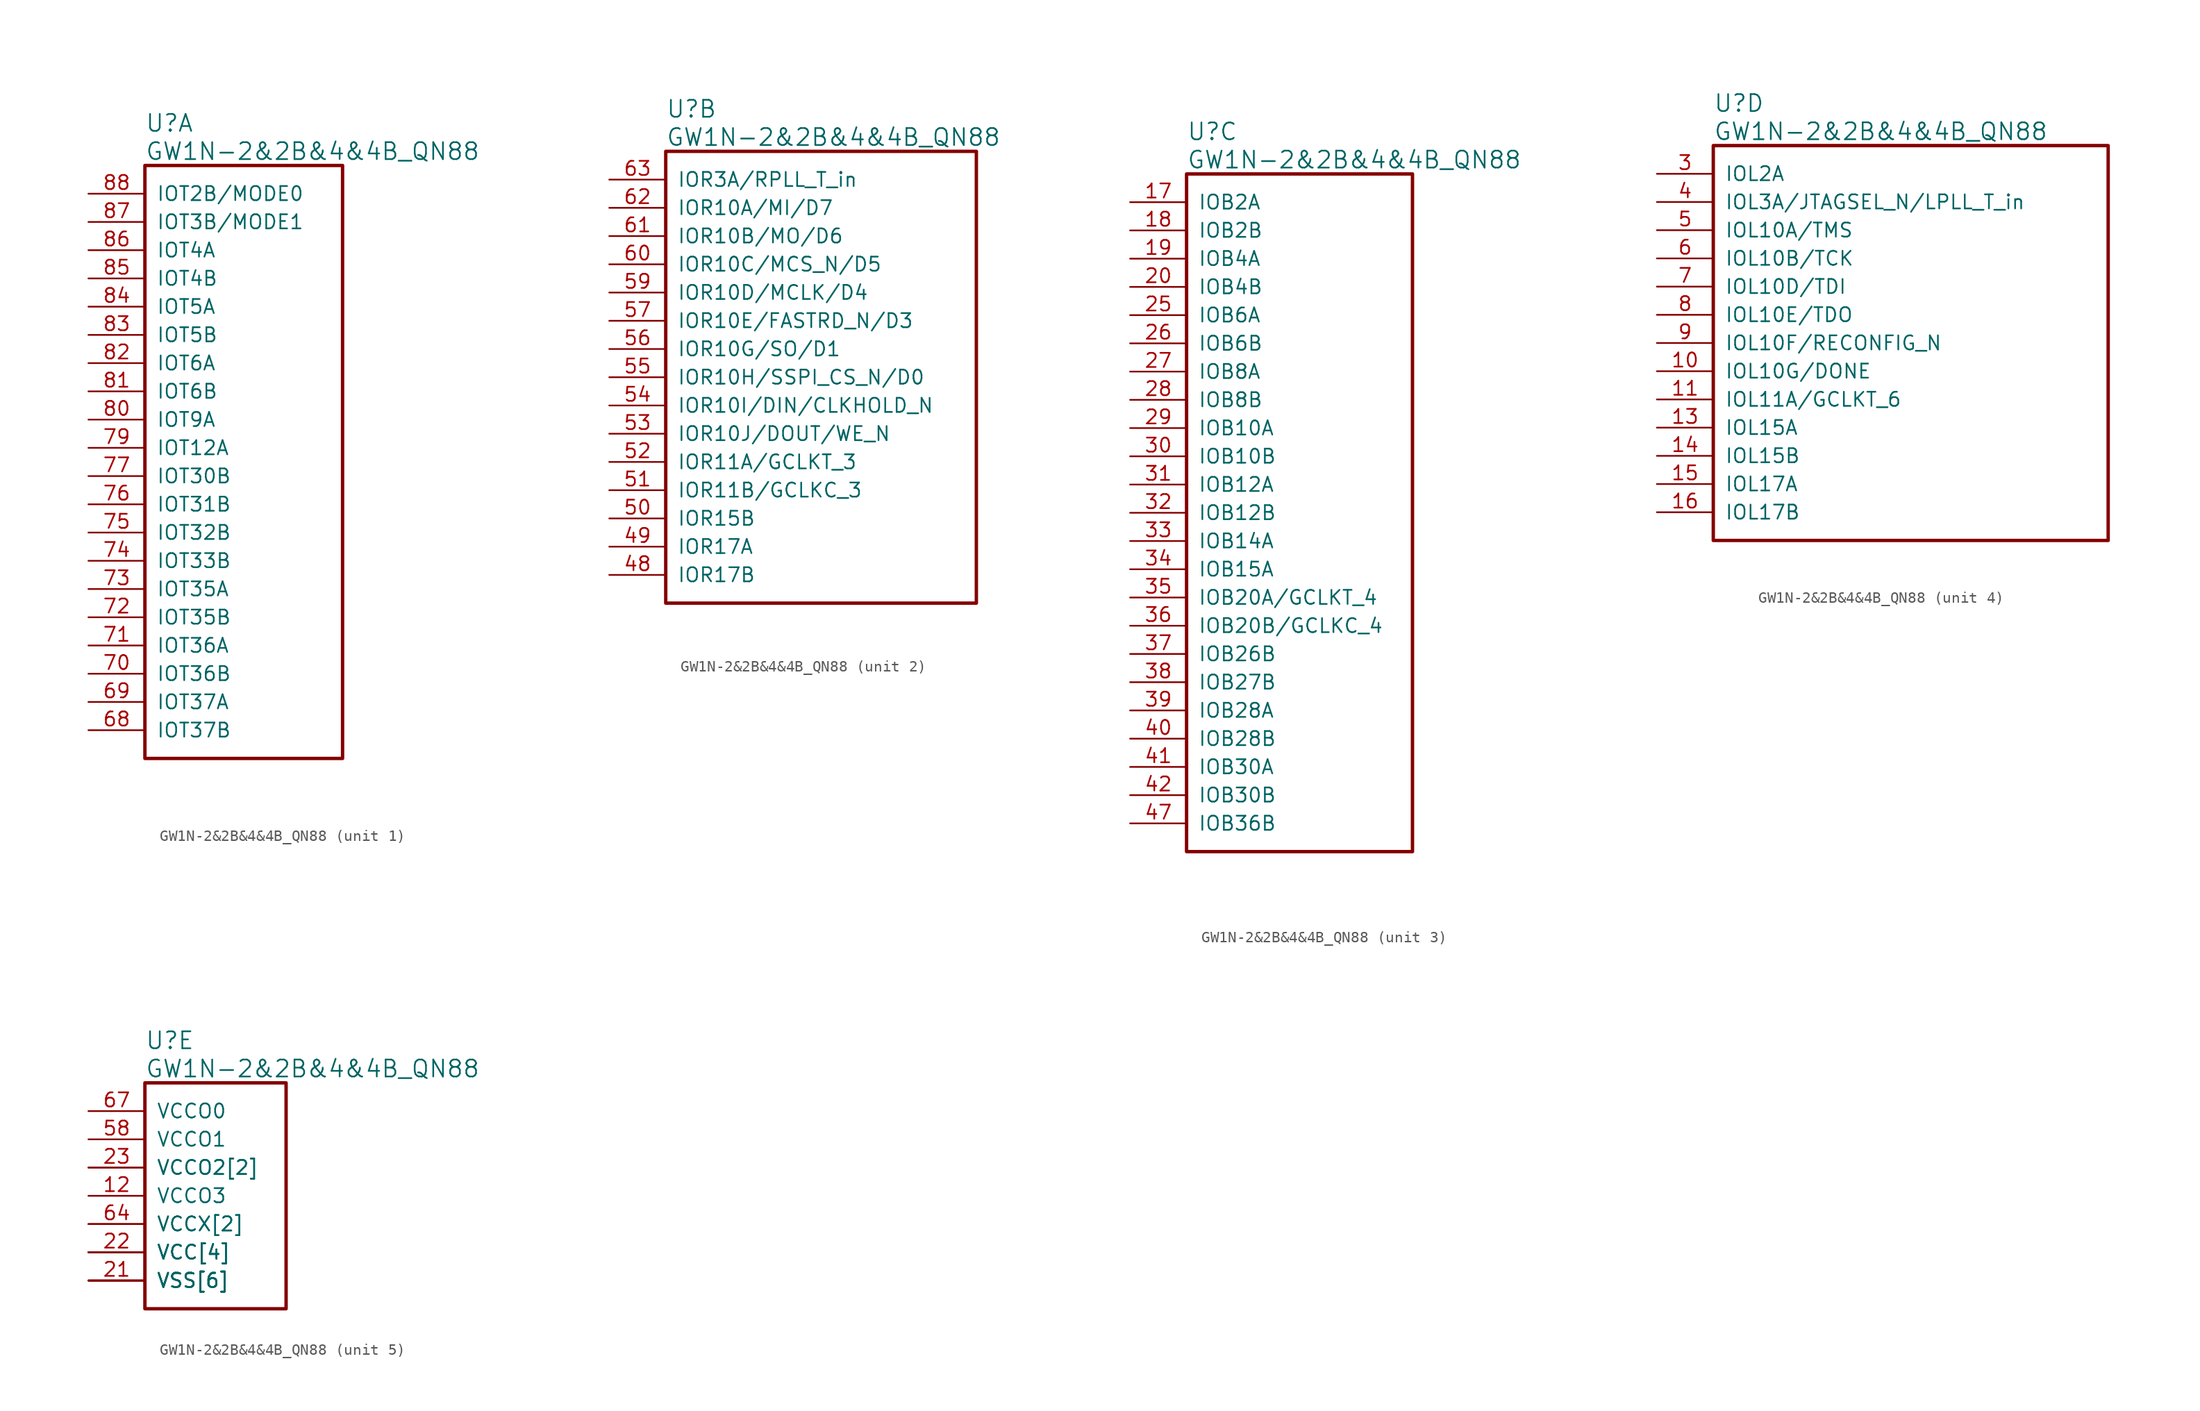
<source format=kicad_sym>
(kicad_symbol_lib
  (version 20220914)
  (generator kicad_symbol_editor)
  (symbol "GW1N-2&2B&4&4B_QN88"
    (pin_names
      (offset 1.016))
    (property "Reference" "U"
      (at 5.08 6.35 0)
      (effects (font (size 1.524 1.524)) (justify left)))
    (property "Value" "GW1N-2&2B&4&4B_QN88"
      (at 5.08 3.81 0)
      (effects (font (size 1.524 1.524)) (justify left)))
    (property "ki_locked" ""
      (at 0 0 0)
      (effects (font (size 1.27 1.27))))
    (symbol "GW1N-2&2B&4&4B_QN88_1_1"
      (rectangle (start 5.08 2.54) (end 22.86 -50.8) (stroke (width 0.305) (type solid)) (fill (type none)))
      (pin bidirectional line (at 0 -48.26 0) (length 5.08) (name "IOT37B" (effects (font (size 1.27 1.27)))) (number "68" (effects (font (size 1.27 1.27)))))
      (pin bidirectional line (at 0 -45.72 0) (length 5.08) (name "IOT37A" (effects (font (size 1.27 1.27)))) (number "69" (effects (font (size 1.27 1.27)))))
      (pin bidirectional line (at 0 -43.18 0) (length 5.08) (name "IOT36B" (effects (font (size 1.27 1.27)))) (number "70" (effects (font (size 1.27 1.27)))))
      (pin bidirectional line (at 0 -40.64 0) (length 5.08) (name "IOT36A" (effects (font (size 1.27 1.27)))) (number "71" (effects (font (size 1.27 1.27)))))
      (pin bidirectional line (at 0 -38.1 0) (length 5.08) (name "IOT35B" (effects (font (size 1.27 1.27)))) (number "72" (effects (font (size 1.27 1.27)))))
      (pin bidirectional line (at 0 -35.56 0) (length 5.08) (name "IOT35A" (effects (font (size 1.27 1.27)))) (number "73" (effects (font (size 1.27 1.27)))))
      (pin bidirectional line (at 0 -33.02 0) (length 5.08) (name "IOT33B" (effects (font (size 1.27 1.27)))) (number "74" (effects (font (size 1.27 1.27)))))
      (pin bidirectional line (at 0 -30.48 0) (length 5.08) (name "IOT32B" (effects (font (size 1.27 1.27)))) (number "75" (effects (font (size 1.27 1.27)))))
      (pin bidirectional line (at 0 -27.94 0) (length 5.08) (name "IOT31B" (effects (font (size 1.27 1.27)))) (number "76" (effects (font (size 1.27 1.27)))))
      (pin bidirectional line (at 0 -25.4 0) (length 5.08) (name "IOT30B" (effects (font (size 1.27 1.27)))) (number "77" (effects (font (size 1.27 1.27)))))
      (pin bidirectional line (at 0 -22.86 0) (length 5.08) (name "IOT12A" (effects (font (size 1.27 1.27)))) (number "79" (effects (font (size 1.27 1.27)))))
      (pin bidirectional line (at 0 -20.32 0) (length 5.08) (name "IOT9A" (effects (font (size 1.27 1.27)))) (number "80" (effects (font (size 1.27 1.27)))))
      (pin bidirectional line (at 0 -17.78 0) (length 5.08) (name "IOT6B" (effects (font (size 1.27 1.27)))) (number "81" (effects (font (size 1.27 1.27)))))
      (pin bidirectional line (at 0 -15.24 0) (length 5.08) (name "IOT6A" (effects (font (size 1.27 1.27)))) (number "82" (effects (font (size 1.27 1.27)))))
      (pin bidirectional line (at 0 -12.7 0) (length 5.08) (name "IOT5B" (effects (font (size 1.27 1.27)))) (number "83" (effects (font (size 1.27 1.27)))))
      (pin bidirectional line (at 0 -10.16 0) (length 5.08) (name "IOT5A" (effects (font (size 1.27 1.27)))) (number "84" (effects (font (size 1.27 1.27)))))
      (pin bidirectional line (at 0 -7.62 0) (length 5.08) (name "IOT4B" (effects (font (size 1.27 1.27)))) (number "85" (effects (font (size 1.27 1.27)))))
      (pin bidirectional line (at 0 -5.08 0) (length 5.08) (name "IOT4A" (effects (font (size 1.27 1.27)))) (number "86" (effects (font (size 1.27 1.27)))))
      (pin bidirectional line (at 0 -2.54 0) (length 5.08) (name "IOT3B/MODE1" (effects (font (size 1.27 1.27)))) (number "87" (effects (font (size 1.27 1.27)))))
      (pin bidirectional line (at 0 0 0) (length 5.08) (name "IOT2B/MODE0" (effects (font (size 1.27 1.27)))) (number "88" (effects (font (size 1.27 1.27))))))
    (symbol "GW1N-2&2B&4&4B_QN88_2_1"
      (rectangle (start 5.08 2.54) (end 33.02 -38.1) (stroke (width 0.305) (type solid)) (fill (type none)))
      (pin bidirectional line (at 0 -35.56 0) (length 5.08) (name "IOR17B" (effects (font (size 1.27 1.27)))) (number "48" (effects (font (size 1.27 1.27)))))
      (pin bidirectional line (at 0 -33.02 0) (length 5.08) (name "IOR17A" (effects (font (size 1.27 1.27)))) (number "49" (effects (font (size 1.27 1.27)))))
      (pin bidirectional line (at 0 -30.48 0) (length 5.08) (name "IOR15B" (effects (font (size 1.27 1.27)))) (number "50" (effects (font (size 1.27 1.27)))))
      (pin bidirectional line (at 0 -27.94 0) (length 5.08) (name "IOR11B/GCLKC_3" (effects (font (size 1.27 1.27)))) (number "51" (effects (font (size 1.27 1.27)))))
      (pin bidirectional line (at 0 -25.4 0) (length 5.08) (name "IOR11A/GCLKT_3" (effects (font (size 1.27 1.27)))) (number "52" (effects (font (size 1.27 1.27)))))
      (pin bidirectional line (at 0 -22.86 0) (length 5.08) (name "IOR10J/DOUT/WE_N" (effects (font (size 1.27 1.27)))) (number "53" (effects (font (size 1.27 1.27)))))
      (pin bidirectional line (at 0 -20.32 0) (length 5.08) (name "IOR10I/DIN/CLKHOLD_N" (effects (font (size 1.27 1.27)))) (number "54" (effects (font (size 1.27 1.27)))))
      (pin bidirectional line (at 0 -17.78 0) (length 5.08) (name "IOR10H/SSPI_CS_N/D0" (effects (font (size 1.27 1.27)))) (number "55" (effects (font (size 1.27 1.27)))))
      (pin bidirectional line (at 0 -15.24 0) (length 5.08) (name "IOR10G/SO/D1" (effects (font (size 1.27 1.27)))) (number "56" (effects (font (size 1.27 1.27)))))
      (pin bidirectional line (at 0 -12.7 0) (length 5.08) (name "IOR10E/FASTRD_N/D3" (effects (font (size 1.27 1.27)))) (number "57" (effects (font (size 1.27 1.27)))))
      (pin bidirectional line (at 0 -10.16 0) (length 5.08) (name "IOR10D/MCLK/D4" (effects (font (size 1.27 1.27)))) (number "59" (effects (font (size 1.27 1.27)))))
      (pin bidirectional line (at 0 -7.62 0) (length 5.08) (name "IOR10C/MCS_N/D5" (effects (font (size 1.27 1.27)))) (number "60" (effects (font (size 1.27 1.27)))))
      (pin bidirectional line (at 0 -5.08 0) (length 5.08) (name "IOR10B/MO/D6" (effects (font (size 1.27 1.27)))) (number "61" (effects (font (size 1.27 1.27)))))
      (pin bidirectional line (at 0 -2.54 0) (length 5.08) (name "IOR10A/MI/D7" (effects (font (size 1.27 1.27)))) (number "62" (effects (font (size 1.27 1.27)))))
      (pin bidirectional line (at 0 0 0) (length 5.08) (name "IOR3A/RPLL_T_in" (effects (font (size 1.27 1.27)))) (number "63" (effects (font (size 1.27 1.27))))))
    (symbol "GW1N-2&2B&4&4B_QN88_3_1"
      (rectangle (start 5.08 2.54) (end 25.4 -58.42) (stroke (width 0.305) (type solid)) (fill (type none)))
      (pin bidirectional line (at 0 0 0) (length 5.08) (name "IOB2A" (effects (font (size 1.27 1.27)))) (number "17" (effects (font (size 1.27 1.27)))))
      (pin bidirectional line (at 0 -2.54 0) (length 5.08) (name "IOB2B" (effects (font (size 1.27 1.27)))) (number "18" (effects (font (size 1.27 1.27)))))
      (pin bidirectional line (at 0 -5.08 0) (length 5.08) (name "IOB4A" (effects (font (size 1.27 1.27)))) (number "19" (effects (font (size 1.27 1.27)))))
      (pin bidirectional line (at 0 -7.62 0) (length 5.08) (name "IOB4B" (effects (font (size 1.27 1.27)))) (number "20" (effects (font (size 1.27 1.27)))))
      (pin bidirectional line (at 0 -10.16 0) (length 5.08) (name "IOB6A" (effects (font (size 1.27 1.27)))) (number "25" (effects (font (size 1.27 1.27)))))
      (pin bidirectional line (at 0 -12.7 0) (length 5.08) (name "IOB6B" (effects (font (size 1.27 1.27)))) (number "26" (effects (font (size 1.27 1.27)))))
      (pin bidirectional line (at 0 -15.24 0) (length 5.08) (name "IOB8A" (effects (font (size 1.27 1.27)))) (number "27" (effects (font (size 1.27 1.27)))))
      (pin bidirectional line (at 0 -17.78 0) (length 5.08) (name "IOB8B" (effects (font (size 1.27 1.27)))) (number "28" (effects (font (size 1.27 1.27)))))
      (pin bidirectional line (at 0 -20.32 0) (length 5.08) (name "IOB10A" (effects (font (size 1.27 1.27)))) (number "29" (effects (font (size 1.27 1.27)))))
      (pin bidirectional line (at 0 -22.86 0) (length 5.08) (name "IOB10B" (effects (font (size 1.27 1.27)))) (number "30" (effects (font (size 1.27 1.27)))))
      (pin bidirectional line (at 0 -25.4 0) (length 5.08) (name "IOB12A" (effects (font (size 1.27 1.27)))) (number "31" (effects (font (size 1.27 1.27)))))
      (pin bidirectional line (at 0 -27.94 0) (length 5.08) (name "IOB12B" (effects (font (size 1.27 1.27)))) (number "32" (effects (font (size 1.27 1.27)))))
      (pin bidirectional line (at 0 -30.48 0) (length 5.08) (name "IOB14A" (effects (font (size 1.27 1.27)))) (number "33" (effects (font (size 1.27 1.27)))))
      (pin bidirectional line (at 0 -33.02 0) (length 5.08) (name "IOB15A" (effects (font (size 1.27 1.27)))) (number "34" (effects (font (size 1.27 1.27)))))
      (pin bidirectional line (at 0 -35.56 0) (length 5.08) (name "IOB20A/GCLKT_4" (effects (font (size 1.27 1.27)))) (number "35" (effects (font (size 1.27 1.27)))))
      (pin bidirectional line (at 0 -38.1 0) (length 5.08) (name "IOB20B/GCLKC_4" (effects (font (size 1.27 1.27)))) (number "36" (effects (font (size 1.27 1.27)))))
      (pin bidirectional line (at 0 -40.64 0) (length 5.08) (name "IOB26B" (effects (font (size 1.27 1.27)))) (number "37" (effects (font (size 1.27 1.27)))))
      (pin bidirectional line (at 0 -43.18 0) (length 5.08) (name "IOB27B" (effects (font (size 1.27 1.27)))) (number "38" (effects (font (size 1.27 1.27)))))
      (pin bidirectional line (at 0 -45.72 0) (length 5.08) (name "IOB28A" (effects (font (size 1.27 1.27)))) (number "39" (effects (font (size 1.27 1.27)))))
      (pin bidirectional line (at 0 -48.26 0) (length 5.08) (name "IOB28B" (effects (font (size 1.27 1.27)))) (number "40" (effects (font (size 1.27 1.27)))))
      (pin bidirectional line (at 0 -50.8 0) (length 5.08) (name "IOB30A" (effects (font (size 1.27 1.27)))) (number "41" (effects (font (size 1.27 1.27)))))
      (pin bidirectional line (at 0 -53.34 0) (length 5.08) (name "IOB30B" (effects (font (size 1.27 1.27)))) (number "42" (effects (font (size 1.27 1.27)))))
      (pin bidirectional line (at 0 -55.88 0) (length 5.08) (name "IOB36B" (effects (font (size 1.27 1.27)))) (number "47" (effects (font (size 1.27 1.27))))))
    (symbol "GW1N-2&2B&4&4B_QN88_4_1"
      (rectangle (start 5.08 2.54) (end 40.64 -33.02) (stroke (width 0.305) (type solid)) (fill (type none)))
      (pin bidirectional line (at 0 -17.78 0) (length 5.08) (name "IOL10G/DONE" (effects (font (size 1.27 1.27)))) (number "10" (effects (font (size 1.27 1.27)))))
      (pin bidirectional line (at 0 -20.32 0) (length 5.08) (name "IOL11A/GCLKT_6" (effects (font (size 1.27 1.27)))) (number "11" (effects (font (size 1.27 1.27)))))
      (pin bidirectional line (at 0 -22.86 0) (length 5.08) (name "IOL15A" (effects (font (size 1.27 1.27)))) (number "13" (effects (font (size 1.27 1.27)))))
      (pin bidirectional line (at 0 -25.4 0) (length 5.08) (name "IOL15B" (effects (font (size 1.27 1.27)))) (number "14" (effects (font (size 1.27 1.27)))))
      (pin bidirectional line (at 0 -27.94 0) (length 5.08) (name "IOL17A" (effects (font (size 1.27 1.27)))) (number "15" (effects (font (size 1.27 1.27)))))
      (pin bidirectional line (at 0 -30.48 0) (length 5.08) (name "IOL17B" (effects (font (size 1.27 1.27)))) (number "16" (effects (font (size 1.27 1.27)))))
      (pin bidirectional line (at 0 0 0) (length 5.08) (name "IOL2A" (effects (font (size 1.27 1.27)))) (number "3" (effects (font (size 1.27 1.27)))))
      (pin bidirectional line (at 0 -2.54 0) (length 5.08) (name "IOL3A/JTAGSEL_N/LPLL_T_in" (effects (font (size 1.27 1.27)))) (number "4" (effects (font (size 1.27 1.27)))))
      (pin bidirectional line (at 0 -5.08 0) (length 5.08) (name "IOL10A/TMS" (effects (font (size 1.27 1.27)))) (number "5" (effects (font (size 1.27 1.27)))))
      (pin bidirectional line (at 0 -7.62 0) (length 5.08) (name "IOL10B/TCK" (effects (font (size 1.27 1.27)))) (number "6" (effects (font (size 1.27 1.27)))))
      (pin bidirectional line (at 0 -10.16 0) (length 5.08) (name "IOL10D/TDI" (effects (font (size 1.27 1.27)))) (number "7" (effects (font (size 1.27 1.27)))))
      (pin bidirectional line (at 0 -12.7 0) (length 5.08) (name "IOL10E/TDO" (effects (font (size 1.27 1.27)))) (number "8" (effects (font (size 1.27 1.27)))))
      (pin bidirectional line (at 0 -15.24 0) (length 5.08) (name "IOL10F/RECONFIG_N" (effects (font (size 1.27 1.27)))) (number "9" (effects (font (size 1.27 1.27))))))
    (symbol "GW1N-2&2B&4&4B_QN88_5_1"
      (rectangle (start 5.08 2.54) (end 17.78 -17.78) (stroke (width 0.305) (type solid)) (fill (type none)))
      (pin power_in line (at 0 -12.7 0) (length 5.08) (name "VCC[4]" (effects (font (size 1.27 1.27)))) (number "1" (effects (font (size 0 0)))))
      (pin power_in line (at 0 -7.62 0) (length 5.08) (name "VCCO3" (effects (font (size 1.27 1.27)))) (number "12" (effects (font (size 1.27 1.27)))))
      (pin power_in line (at 0 -15.24 0) (length 5.08) (name "VSS[6]" (effects (font (size 1.27 1.27)))) (number "2" (effects (font (size 0 0)))))
      (pin power_in line (at 0 -15.24 0) (length 5.08) (name "VSS[6]" (effects (font (size 1.27 1.27)))) (number "21" (effects (font (size 1.27 1.27)))))
      (pin power_in line (at 0 -12.7 0) (length 5.08) (name "VCC[4]" (effects (font (size 1.27 1.27)))) (number "22" (effects (font (size 1.27 1.27)))))
      (pin power_in line (at 0 -5.08 0) (length 5.08) (name "VCCO2[2]" (effects (font (size 1.27 1.27)))) (number "23" (effects (font (size 1.27 1.27)))))
      (pin power_in line (at 0 -15.24 0) (length 5.08) (name "VSS[6]" (effects (font (size 1.27 1.27)))) (number "24" (effects (font (size 0 0)))))
      (pin power_in line (at 0 -15.24 0) (length 5.08) (name "VSS[6]" (effects (font (size 1.27 1.27)))) (number "43" (effects (font (size 0 0)))))
      (pin power_in line (at 0 -5.08 0) (length 5.08) (name "VCCO2[2]" (effects (font (size 1.27 1.27)))) (number "44" (effects (font (size 0 0)))))
      (pin power_in line (at 0 -12.7 0) (length 5.08) (name "VCC[4]" (effects (font (size 1.27 1.27)))) (number "45" (effects (font (size 0 0)))))
      (pin power_in line (at 0 -15.24 0) (length 5.08) (name "VSS[6]" (effects (font (size 1.27 1.27)))) (number "46" (effects (font (size 0 0)))))
      (pin power_in line (at 0 -2.54 0) (length 5.08) (name "VCCO1" (effects (font (size 1.27 1.27)))) (number "58" (effects (font (size 1.27 1.27)))))
      (pin power_in line (at 0 -10.16 0) (length 5.08) (name "VCCX[2]" (effects (font (size 1.27 1.27)))) (number "64" (effects (font (size 1.27 1.27)))))
      (pin power_in line (at 0 -15.24 0) (length 5.08) (name "VSS[6]" (effects (font (size 1.27 1.27)))) (number "65" (effects (font (size 0 0)))))
      (pin power_in line (at 0 -12.7 0) (length 5.08) (name "VCC[4]" (effects (font (size 1.27 1.27)))) (number "66" (effects (font (size 0 0)))))
      (pin power_in line (at 0 0 0) (length 5.08) (name "VCCO0" (effects (font (size 1.27 1.27)))) (number "67" (effects (font (size 1.27 1.27)))))
      (pin power_in line (at 0 -10.16 0) (length 5.08) (name "VCCX[2]" (effects (font (size 1.27 1.27)))) (number "78" (effects (font (size 0 0))))))))
</source>
